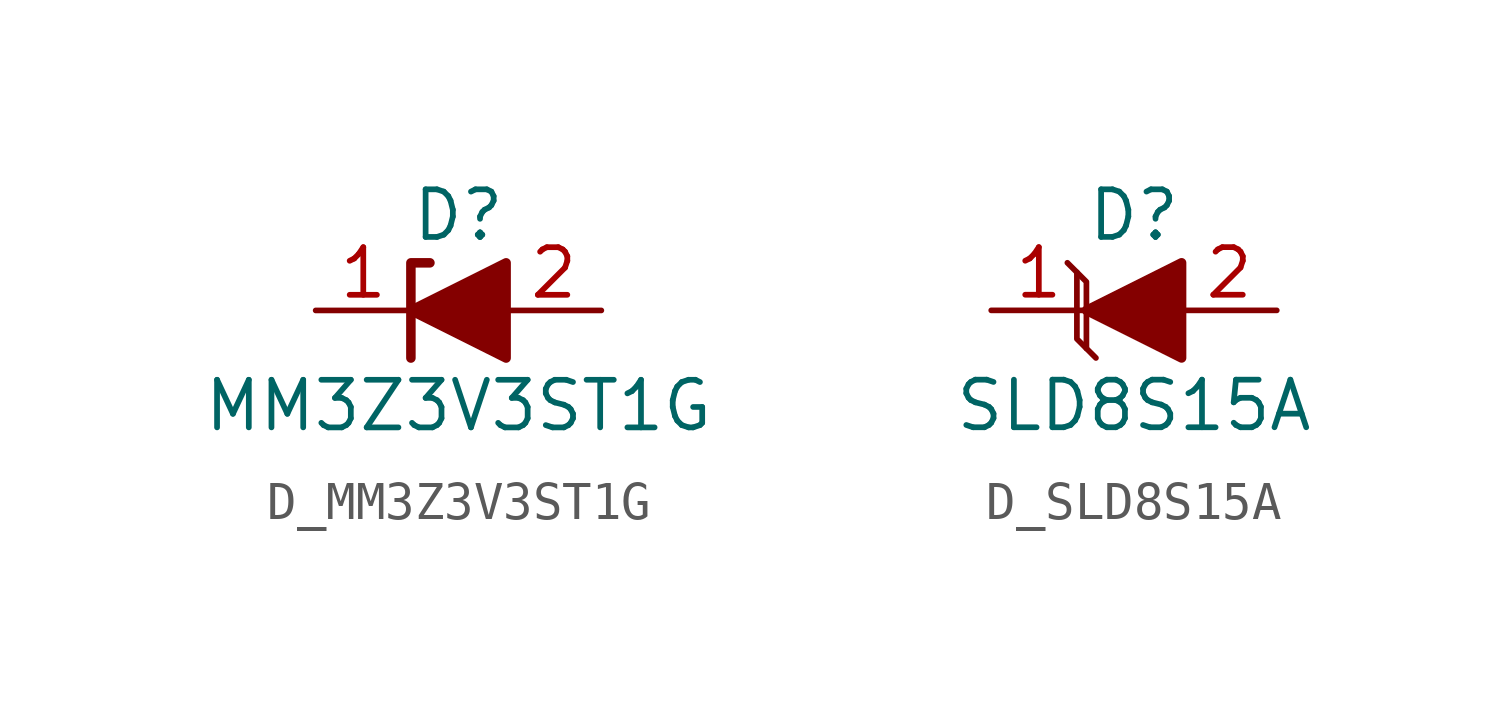
<source format=kicad_sym>
(kicad_symbol_lib
  (version 20231120)
  (generator "kicad_symbol_editor")
  (generator_version "8.0")
  (symbol "D_MM3Z3V3ST1G"
    (pin_names
      (offset 1.016) hide)
    (property "Reference" "D"
      (at 0 2.54 0)
      (effects (font (size 1.27 1.27))))
    (property "Value" "MM3Z3V3ST1G"
      (at 0 -2.54 0)
      (effects (font (size 1.27 1.27))))
    (symbol "D_MM3Z3V3ST1G_0_1"
      (polyline (pts (xy 1.27 0) (xy -1.27 0)) (stroke (width 0) (type default)) (fill (type outline)))
      (polyline (pts (xy -1.27 -1.27) (xy -1.27 1.27) (xy -0.762 1.27)) (stroke (width 0.254) (type default)) (fill (type none)))
      (polyline (pts (xy 1.27 -1.27) (xy 1.27 1.27) (xy -1.27 0) (xy 1.27 -1.27)) (stroke (width 0.254) (type default)) (fill (type outline))))
    (symbol "D_MM3Z3V3ST1G_1_1"
      (pin passive line (at -3.81 0 0) (length 2.54) (name "K" (effects (font (size 1.27 1.27)))) (number "1" (effects (font (size 1.27 1.27)))))
      (pin passive line (at 3.81 0 180) (length 2.54) (name "A" (effects (font (size 1.27 1.27)))) (number "2" (effects (font (size 1.27 1.27)))))))
  (symbol "D_SLD8S15A"
    (pin_names
      (offset 1.016) hide)
    (property "Reference" "D"
      (at 0 2.54 0)
      (effects (font (size 1.27 1.27))))
    (property "Value" "SLD8S15A"
      (at 0 -2.54 0)
      (effects (font (size 1.27 1.27))))
    (symbol "D_SLD8S15A_0_1"
      (polyline (pts (xy 1.27 0) (xy -1.27 0)) (stroke (width 0) (type default)) (fill (type none)))
      (polyline (pts (xy -1.27 -1.016) (xy -1.524 -0.762) (xy -1.524 1.016)) (stroke (width 0) (type default)) (fill (type none)))
      (polyline (pts (xy -1.27 0) (xy -1.27 -1.016) (xy -1.016 -1.27)) (stroke (width 0) (type default)) (fill (type none)))
      (polyline (pts (xy -1.27 0) (xy -1.27 0.762) (xy -1.778 1.27)) (stroke (width 0) (type default)) (fill (type none)))
      (polyline (pts (xy 1.27 -1.27) (xy 1.27 1.27) (xy -1.27 0) (xy 1.27 -1.27)) (stroke (width 0.254) (type default)) (fill (type outline))))
    (symbol "D_SLD8S15A_1_1"
      (pin passive line (at -3.81 0 0) (length 2.54) (name "K" (effects (font (size 1.27 1.27)))) (number "1" (effects (font (size 1.27 1.27)))))
      (pin passive line (at 3.81 0 180) (length 2.54) (name "A" (effects (font (size 1.27 1.27)))) (number "2" (effects (font (size 1.27 1.27))))))))
</source>
